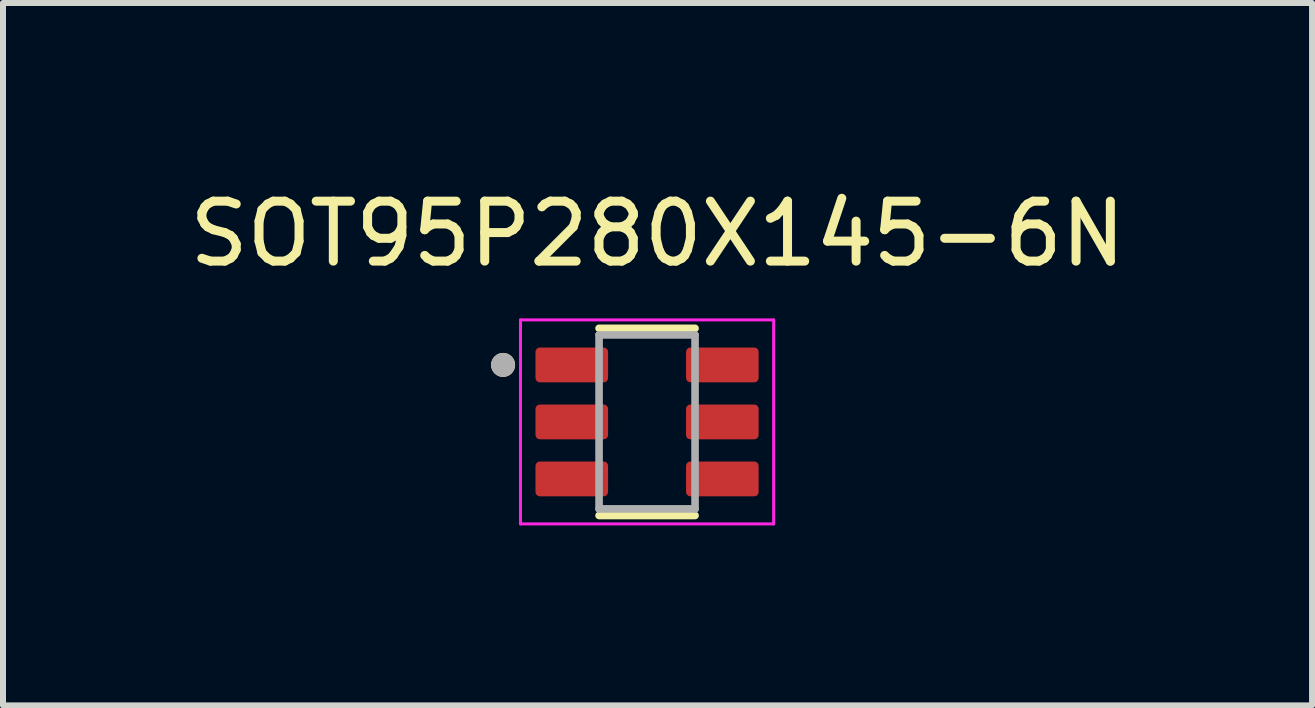
<source format=kicad_pcb>
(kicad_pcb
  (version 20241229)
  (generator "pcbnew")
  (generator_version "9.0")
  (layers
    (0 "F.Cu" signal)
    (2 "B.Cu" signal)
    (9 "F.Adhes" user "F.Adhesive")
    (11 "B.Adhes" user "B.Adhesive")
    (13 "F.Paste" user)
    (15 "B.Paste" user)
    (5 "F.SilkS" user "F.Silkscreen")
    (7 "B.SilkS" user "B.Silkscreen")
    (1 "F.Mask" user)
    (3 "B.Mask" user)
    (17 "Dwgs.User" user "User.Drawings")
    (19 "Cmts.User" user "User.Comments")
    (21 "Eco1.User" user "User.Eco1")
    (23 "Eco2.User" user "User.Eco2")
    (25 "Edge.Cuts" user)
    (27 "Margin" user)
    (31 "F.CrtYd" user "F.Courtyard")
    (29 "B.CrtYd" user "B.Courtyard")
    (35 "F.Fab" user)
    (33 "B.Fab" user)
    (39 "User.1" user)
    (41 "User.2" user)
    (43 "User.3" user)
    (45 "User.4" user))
  (footprint "SOT95P280X145-6N"
    (layer "F.Cu")
    (at 7.736 3.983)
    (property "Reference" "SOT95P280X145-6N" (at 0.175 -3.135 0) (layer "F.SilkS") (effects (font (size 1 1) (thickness 0.15))))
    (attr smd)
    (fp_line (start -0.8 1.56) (end 0.8 1.56) (stroke (width 0.127) (type solid)) (layer "F.SilkS"))
    (fp_line (start 0.8 -1.56) (end -0.8 -1.56) (stroke (width 0.127) (type solid)) (layer "F.SilkS"))
    (fp_circle (center -2.4 -0.95) (end -2.3 -0.95) (stroke (width 0.2) (type solid)) (fill no) (layer "F.SilkS"))
    (fp_line (start -2.11 -1.7) (end -2.11 1.7) (stroke (width 0.05) (type solid)) (layer "F.CrtYd"))
    (fp_line (start -2.11 1.7) (end 2.11 1.7) (stroke (width 0.05) (type solid)) (layer "F.CrtYd"))
    (fp_line (start 2.11 -1.7) (end -2.11 -1.7) (stroke (width 0.05) (type solid)) (layer "F.CrtYd"))
    (fp_line (start 2.11 1.7) (end 2.11 -1.7) (stroke (width 0.05) (type solid)) (layer "F.CrtYd"))
    (fp_line (start -0.8 -1.45) (end -0.8 1.45) (stroke (width 0.127) (type solid)) (layer "F.Fab"))
    (fp_line (start -0.8 1.45) (end 0.8 1.45) (stroke (width 0.127) (type solid)) (layer "F.Fab"))
    (fp_line (start 0.8 -1.45) (end -0.8 -1.45) (stroke (width 0.127) (type solid)) (layer "F.Fab"))
    (fp_line (start 0.8 1.45) (end 0.8 -1.45) (stroke (width 0.127) (type solid)) (layer "F.Fab"))
    (fp_circle (center -2.4 -0.95) (end -2.3 -0.95) (stroke (width 0.2) (type solid)) (fill no) (layer "F.Fab"))
    (pad "1" smd roundrect (at -1.255 -0.95) (size 1.21 0.58) (layers "F.Cu" "F.Mask" "F.Paste") (roundrect_rratio 0.125))
    (pad "2" smd roundrect (at -1.255 0) (size 1.21 0.58) (layers "F.Cu" "F.Mask" "F.Paste") (roundrect_rratio 0.125))
    (pad "3" smd roundrect (at -1.255 0.95) (size 1.21 0.58) (layers "F.Cu" "F.Mask" "F.Paste") (roundrect_rratio 0.125))
    (pad "4" smd roundrect (at 1.255 0.95) (size 1.21 0.58) (layers "F.Cu" "F.Mask" "F.Paste") (roundrect_rratio 0.125))
    (pad "5" smd roundrect (at 1.255 0) (size 1.21 0.58) (layers "F.Cu" "F.Mask" "F.Paste") (roundrect_rratio 0.125))
    (pad "6" smd roundrect (at 1.255 -0.95) (size 1.21 0.58) (layers "F.Cu" "F.Mask" "F.Paste") (roundrect_rratio 0.125)))
  (gr_rect
    (start -3 -3)
    (end 18.821 8.708)
    (stroke (width 0.1) (type default))
    (fill no)
    (layer "Edge.Cuts")))
</source>
